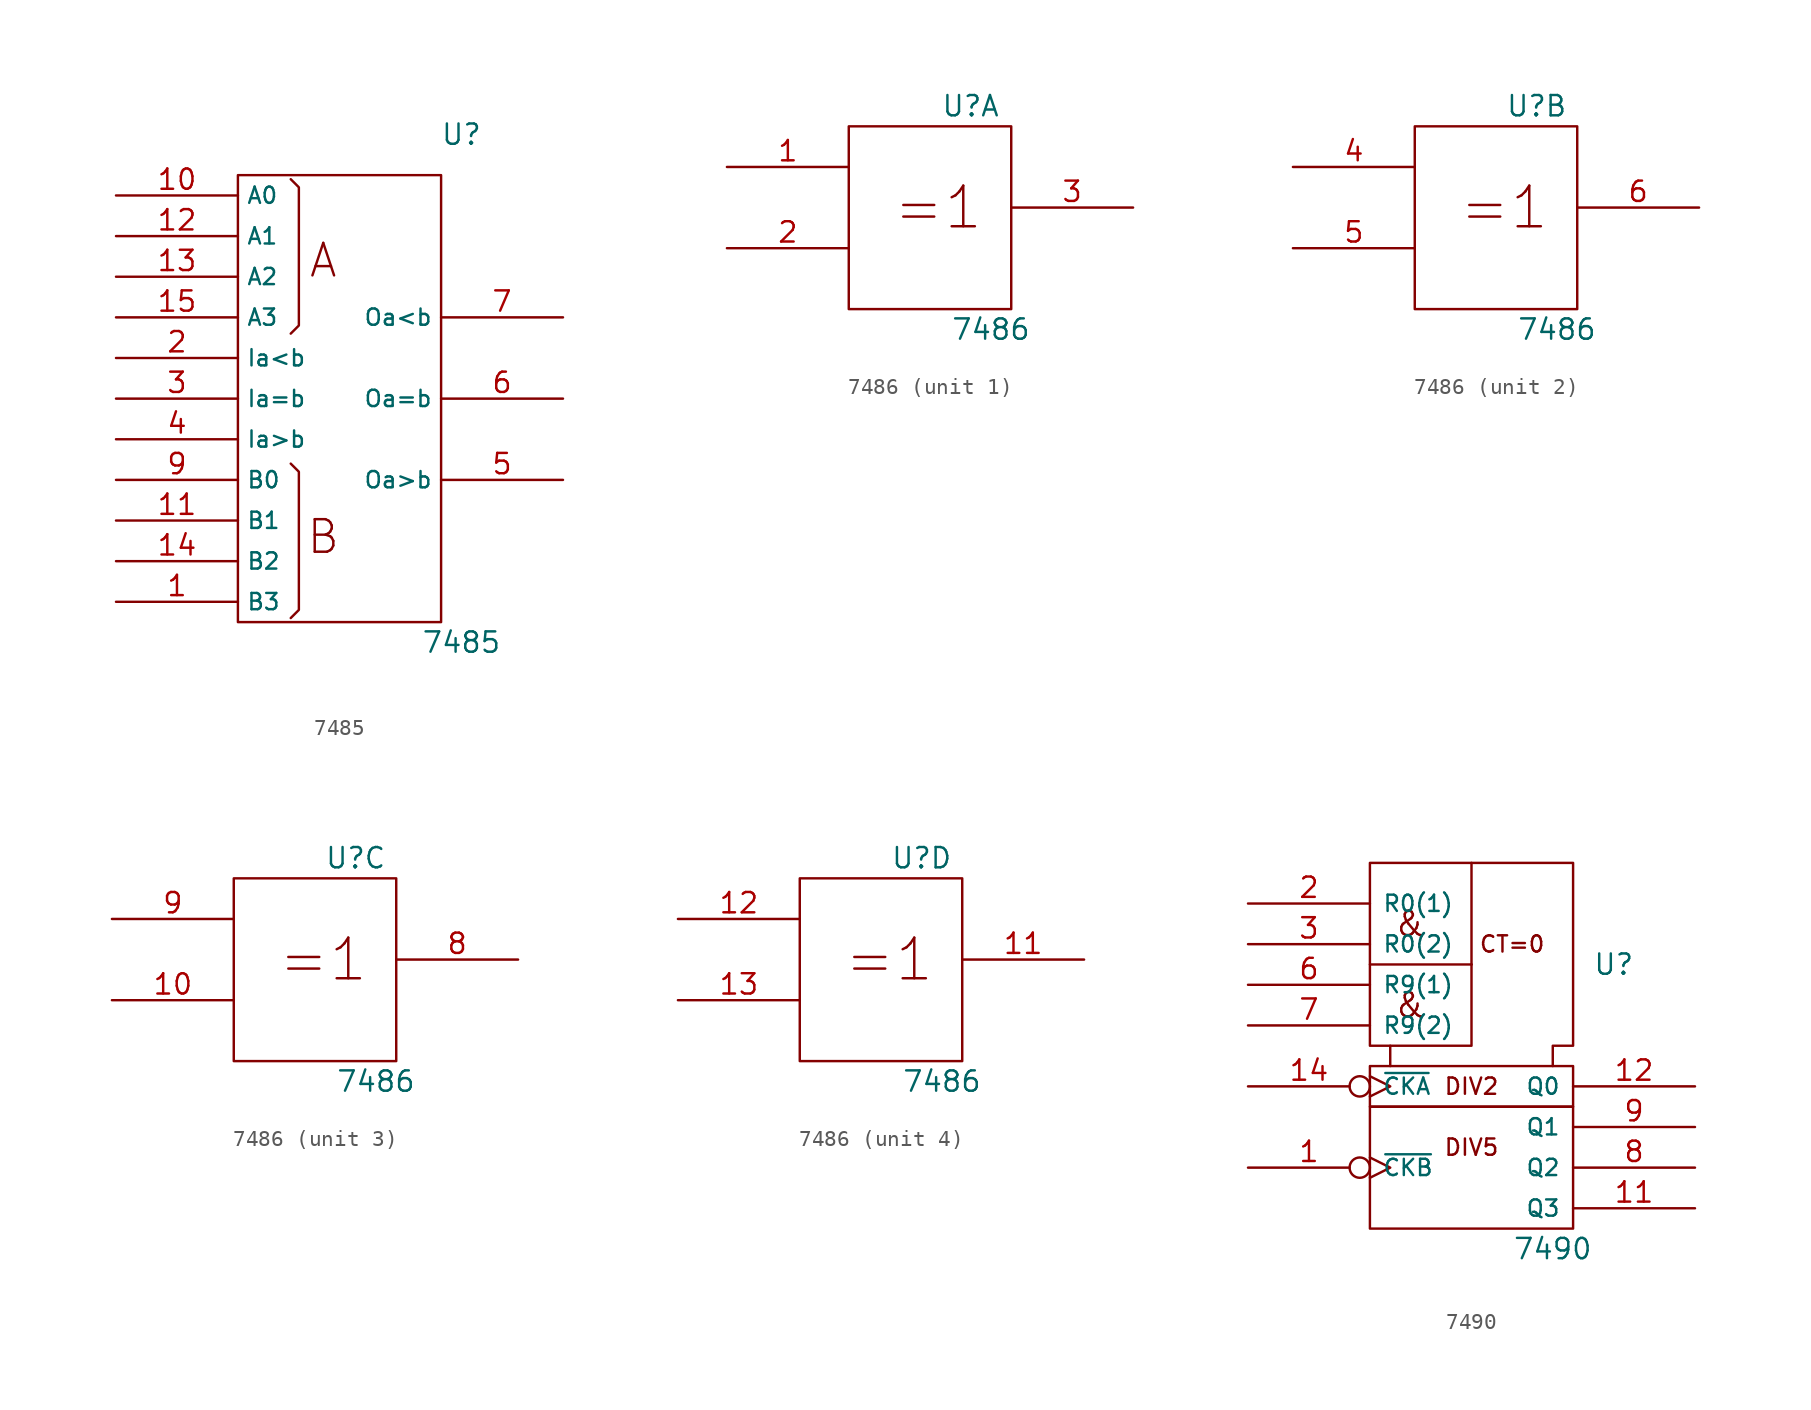
<source format=kicad_sym>
(kicad_symbol_lib
  (version 20201005)
  (generator kicad_symbol_editor)
  (symbol "7485"
    (property "Reference" "U"
      (at 7.62 16.51 0)
      (effects (font (size 1.27 1.27))))
    (property "Value" "7485"
      (at 7.62 -15.24 0)
      (effects (font (size 1.27 1.27))))
    (symbol "7485_0_0"
      (text "B" (at -1.016 -8.636 0) (effects (font (size 2.032 2.032))))
      (text "A" (at -1.016 8.636 0) (effects (font (size 2.032 2.032))))
      (rectangle (start -6.35 13.97) (end 6.35 -13.97) (stroke (width 0)) (fill (type none)))
      (polyline (pts (xy -3.048 13.716) (xy -2.54 13.208) (xy -2.54 4.572) (xy -3.048 4.064) (xy -3.048 4.064)) (stroke (width 0)) (fill (type none)))
      (polyline (pts (xy -3.048 -13.716) (xy -2.54 -13.208) (xy -2.54 -4.572) (xy -3.048 -4.064) (xy -3.048 -4.064)) (stroke (width 0)) (fill (type none)))
      (pin power_in line (at 0 13.97 270) (length 0) hide (name "VCC" (effects (font (size 1.016 1.016)))) (number "16" (effects (font (size 1.27 1.27)))))
      (pin power_in line (at 0 -13.97 90) (length 0) hide (name "GND" (effects (font (size 1.016 1.016)))) (number "8" (effects (font (size 1.27 1.27))))))
    (symbol "7485_1_1"
      (pin output line (at 13.97 -5.08 180) (length 7.62) (name "Oa>b" (effects (font (size 1.016 1.016)))) (number "5" (effects (font (size 1.27 1.27)))))
      (pin output line (at 13.97 0 180) (length 7.62) (name "Oa=b" (effects (font (size 1.016 1.016)))) (number "6" (effects (font (size 1.27 1.27)))))
      (pin output line (at 13.97 5.08 180) (length 7.62) (name "Oa<b" (effects (font (size 1.016 1.016)))) (number "7" (effects (font (size 1.27 1.27)))))
      (pin input line (at -13.97 -12.7 0) (length 7.62) (name "B3" (effects (font (size 1.016 1.016)))) (number "1" (effects (font (size 1.27 1.27)))))
      (pin input line (at -13.97 -10.16 0) (length 7.62) (name "B2" (effects (font (size 1.016 1.016)))) (number "14" (effects (font (size 1.27 1.27)))))
      (pin input line (at -13.97 -7.62 0) (length 7.62) (name "B1" (effects (font (size 1.016 1.016)))) (number "11" (effects (font (size 1.27 1.27)))))
      (pin input line (at -13.97 -5.08 0) (length 7.62) (name "B0" (effects (font (size 1.016 1.016)))) (number "9" (effects (font (size 1.27 1.27)))))
      (pin input line (at -13.97 -2.54 0) (length 7.62) (name "Ia>b" (effects (font (size 1.016 1.016)))) (number "4" (effects (font (size 1.27 1.27)))))
      (pin input line (at -13.97 0 0) (length 7.62) (name "Ia=b" (effects (font (size 1.016 1.016)))) (number "3" (effects (font (size 1.27 1.27)))))
      (pin input line (at -13.97 2.54 0) (length 7.62) (name "Ia<b" (effects (font (size 1.016 1.016)))) (number "2" (effects (font (size 1.27 1.27)))))
      (pin input line (at -13.97 5.08 0) (length 7.62) (name "A3" (effects (font (size 1.016 1.016)))) (number "15" (effects (font (size 1.27 1.27)))))
      (pin input line (at -13.97 7.62 0) (length 7.62) (name "A2" (effects (font (size 1.016 1.016)))) (number "13" (effects (font (size 1.27 1.27)))))
      (pin input line (at -13.97 10.16 0) (length 7.62) (name "A1" (effects (font (size 1.016 1.016)))) (number "12" (effects (font (size 1.27 1.27)))))
      (pin input line (at -13.97 12.7 0) (length 7.62) (name "A0" (effects (font (size 1.016 1.016)))) (number "10" (effects (font (size 1.27 1.27)))))))
  (symbol "7486"
    (pin_names
      (offset 0.762))
    (property "Reference" "U"
      (at 2.54 6.35 0)
      (effects (font (size 1.27 1.27))))
    (property "Value" "7486"
      (at 3.81 -7.62 0)
      (effects (font (size 1.27 1.27))))
    (symbol "7486_0_1"
      (text "=1" (at 0.508 0 0) (effects (font (size 2.54 2.54))))
      (rectangle (start -5.08 5.08) (end 5.08 -6.35) (stroke (width 0)) (fill (type none)))
      (pin power_in line (at 0 5.08 270) (length 0) hide (name "Vcc" (effects (font (size 1.27 1.27)))) (number "14" (effects (font (size 1.27 1.27)))))
      (pin power_in line (at 0 -6.35 90) (length 0) hide (name "Gnd" (effects (font (size 1.27 1.27)))) (number "7" (effects (font (size 1.27 1.27))))))
    (symbol "7486_1_1"
      (pin output line (at 12.7 0 180) (length 7.62) (name "~" (effects (font (size 1.27 1.27)))) (number "3" (effects (font (size 1.27 1.27)))))
      (pin input line (at -12.7 -2.54 0) (length 7.62) (name "~" (effects (font (size 1.27 1.27)))) (number "2" (effects (font (size 1.27 1.27)))))
      (pin input line (at -12.7 2.54 0) (length 7.62) (name "~" (effects (font (size 1.27 1.27)))) (number "1" (effects (font (size 1.27 1.27))))))
    (symbol "7486_2_1"
      (pin output line (at 12.7 0 180) (length 7.62) (name "~" (effects (font (size 1.27 1.27)))) (number "6" (effects (font (size 1.27 1.27)))))
      (pin input line (at -12.7 -2.54 0) (length 7.62) (name "~" (effects (font (size 1.27 1.27)))) (number "5" (effects (font (size 1.27 1.27)))))
      (pin input line (at -12.7 2.54 0) (length 7.62) (name "~" (effects (font (size 1.27 1.27)))) (number "4" (effects (font (size 1.27 1.27))))))
    (symbol "7486_3_1"
      (pin output line (at 12.7 0 180) (length 7.62) (name "~" (effects (font (size 1.27 1.27)))) (number "8" (effects (font (size 1.27 1.27)))))
      (pin input line (at -12.7 -2.54 0) (length 7.62) (name "~" (effects (font (size 1.27 1.27)))) (number "10" (effects (font (size 1.27 1.27)))))
      (pin input line (at -12.7 2.54 0) (length 7.62) (name "~" (effects (font (size 1.27 1.27)))) (number "9" (effects (font (size 1.27 1.27))))))
    (symbol "7486_4_1"
      (pin output line (at 12.7 0 180) (length 7.62) (name "~" (effects (font (size 1.27 1.27)))) (number "11" (effects (font (size 1.27 1.27)))))
      (pin input line (at -12.7 -2.54 0) (length 7.62) (name "~" (effects (font (size 1.27 1.27)))) (number "13" (effects (font (size 1.27 1.27)))))
      (pin input line (at -12.7 2.54 0) (length 7.62) (name "~" (effects (font (size 1.27 1.27)))) (number "12" (effects (font (size 1.27 1.27)))))))
  (symbol "7490"
    (pin_names
      (offset 0.762))
    (property "Reference" "U"
      (at 8.89 15.24 0)
      (effects (font (size 1.27 1.27))))
    (property "Value" "7490"
      (at 5.08 -2.54 0)
      (effects (font (size 1.27 1.27))))
    (symbol "7490_0_0"
      (text "&" (at -3.81 17.78 0) (effects (font (size 1.524 1.524))))
      (text "DIV2" (at 0 7.62 0) (effects (font (size 1.016 1.016))))
      (text "DIV5" (at 0 3.81 0) (effects (font (size 1.016 1.016))))
      (text "CT=0" (at 2.54 16.51 0) (effects (font (size 1.016 1.016))))
      (text "&" (at -3.81 12.7 0) (effects (font (size 1.524 1.524))))
      (rectangle (start -6.35 6.35) (end 6.35 -1.27) (stroke (width 0)) (fill (type none)))
      (rectangle (start -6.35 8.89) (end 6.35 6.35) (stroke (width 0)) (fill (type none)))
      (polyline (pts (xy 0 15.24) (xy 0 10.16) (xy -5.08 10.16) (xy -5.08 10.16)) (stroke (width 0)) (fill (type none)))
      (polyline (pts (xy 0 21.59) (xy 0 15.24) (xy 0 15.24)) (stroke (width 0)) (fill (type none)))
      (polyline (pts (xy 0 15.24) (xy -6.35 15.24) (xy -6.35 15.24)) (stroke (width 0)) (fill (type none)))
      (polyline (pts (xy -5.08 8.89) (xy -5.08 10.16) (xy -6.35 10.16) (xy -6.35 21.59) (xy 6.35 21.59) (xy 6.35 10.16) (xy 5.08 10.16) (xy 5.08 8.89) (xy 5.08 8.89)) (stroke (width 0)) (fill (type none)))
      (pin power_in line (at 1.27 21.59 270) (length 0) hide (name "VCC" (effects (font (size 1.016 1.016)))) (number "5" (effects (font (size 1.27 1.27)))))
      (pin input line (at 5.08 21.59 270) (length 0) hide (name "GND" (effects (font (size 1.016 1.016)))) (number "10" (effects (font (size 1.27 1.27))))))
    (symbol "7490_1_1"
      (pin output line (at 13.97 0 180) (length 7.62) (name "Q3" (effects (font (size 1.016 1.016)))) (number "11" (effects (font (size 1.27 1.27)))))
      (pin output line (at 13.97 2.54 180) (length 7.62) (name "Q2" (effects (font (size 1.016 1.016)))) (number "8" (effects (font (size 1.27 1.27)))))
      (pin output line (at 13.97 5.08 180) (length 7.62) (name "Q1" (effects (font (size 1.016 1.016)))) (number "9" (effects (font (size 1.27 1.27)))))
      (pin output line (at 13.97 7.62 180) (length 7.62) (name "Q0" (effects (font (size 1.016 1.016)))) (number "12" (effects (font (size 1.27 1.27)))))
      (pin input inverted_clock (at -13.97 2.54 0) (length 7.62) (name "~CKB" (effects (font (size 1.016 1.016)))) (number "1" (effects (font (size 1.27 1.27)))))
      (pin input inverted_clock (at -13.97 7.62 0) (length 7.62) (name "~CKA" (effects (font (size 1.016 1.016)))) (number "14" (effects (font (size 1.27 1.27)))))
      (pin input line (at -13.97 11.43 0) (length 7.62) (name "R9(2)" (effects (font (size 1.016 1.016)))) (number "7" (effects (font (size 1.27 1.27)))))
      (pin input line (at -13.97 13.97 0) (length 7.62) (name "R9(1)" (effects (font (size 1.016 1.016)))) (number "6" (effects (font (size 1.27 1.27)))))
      (pin input line (at -13.97 16.51 0) (length 7.62) (name "R0(2)" (effects (font (size 1.016 1.016)))) (number "3" (effects (font (size 1.27 1.27)))))
      (pin input line (at -13.97 19.05 0) (length 7.62) (name "R0(1)" (effects (font (size 1.016 1.016)))) (number "2" (effects (font (size 1.27 1.27))))))))
</source>
